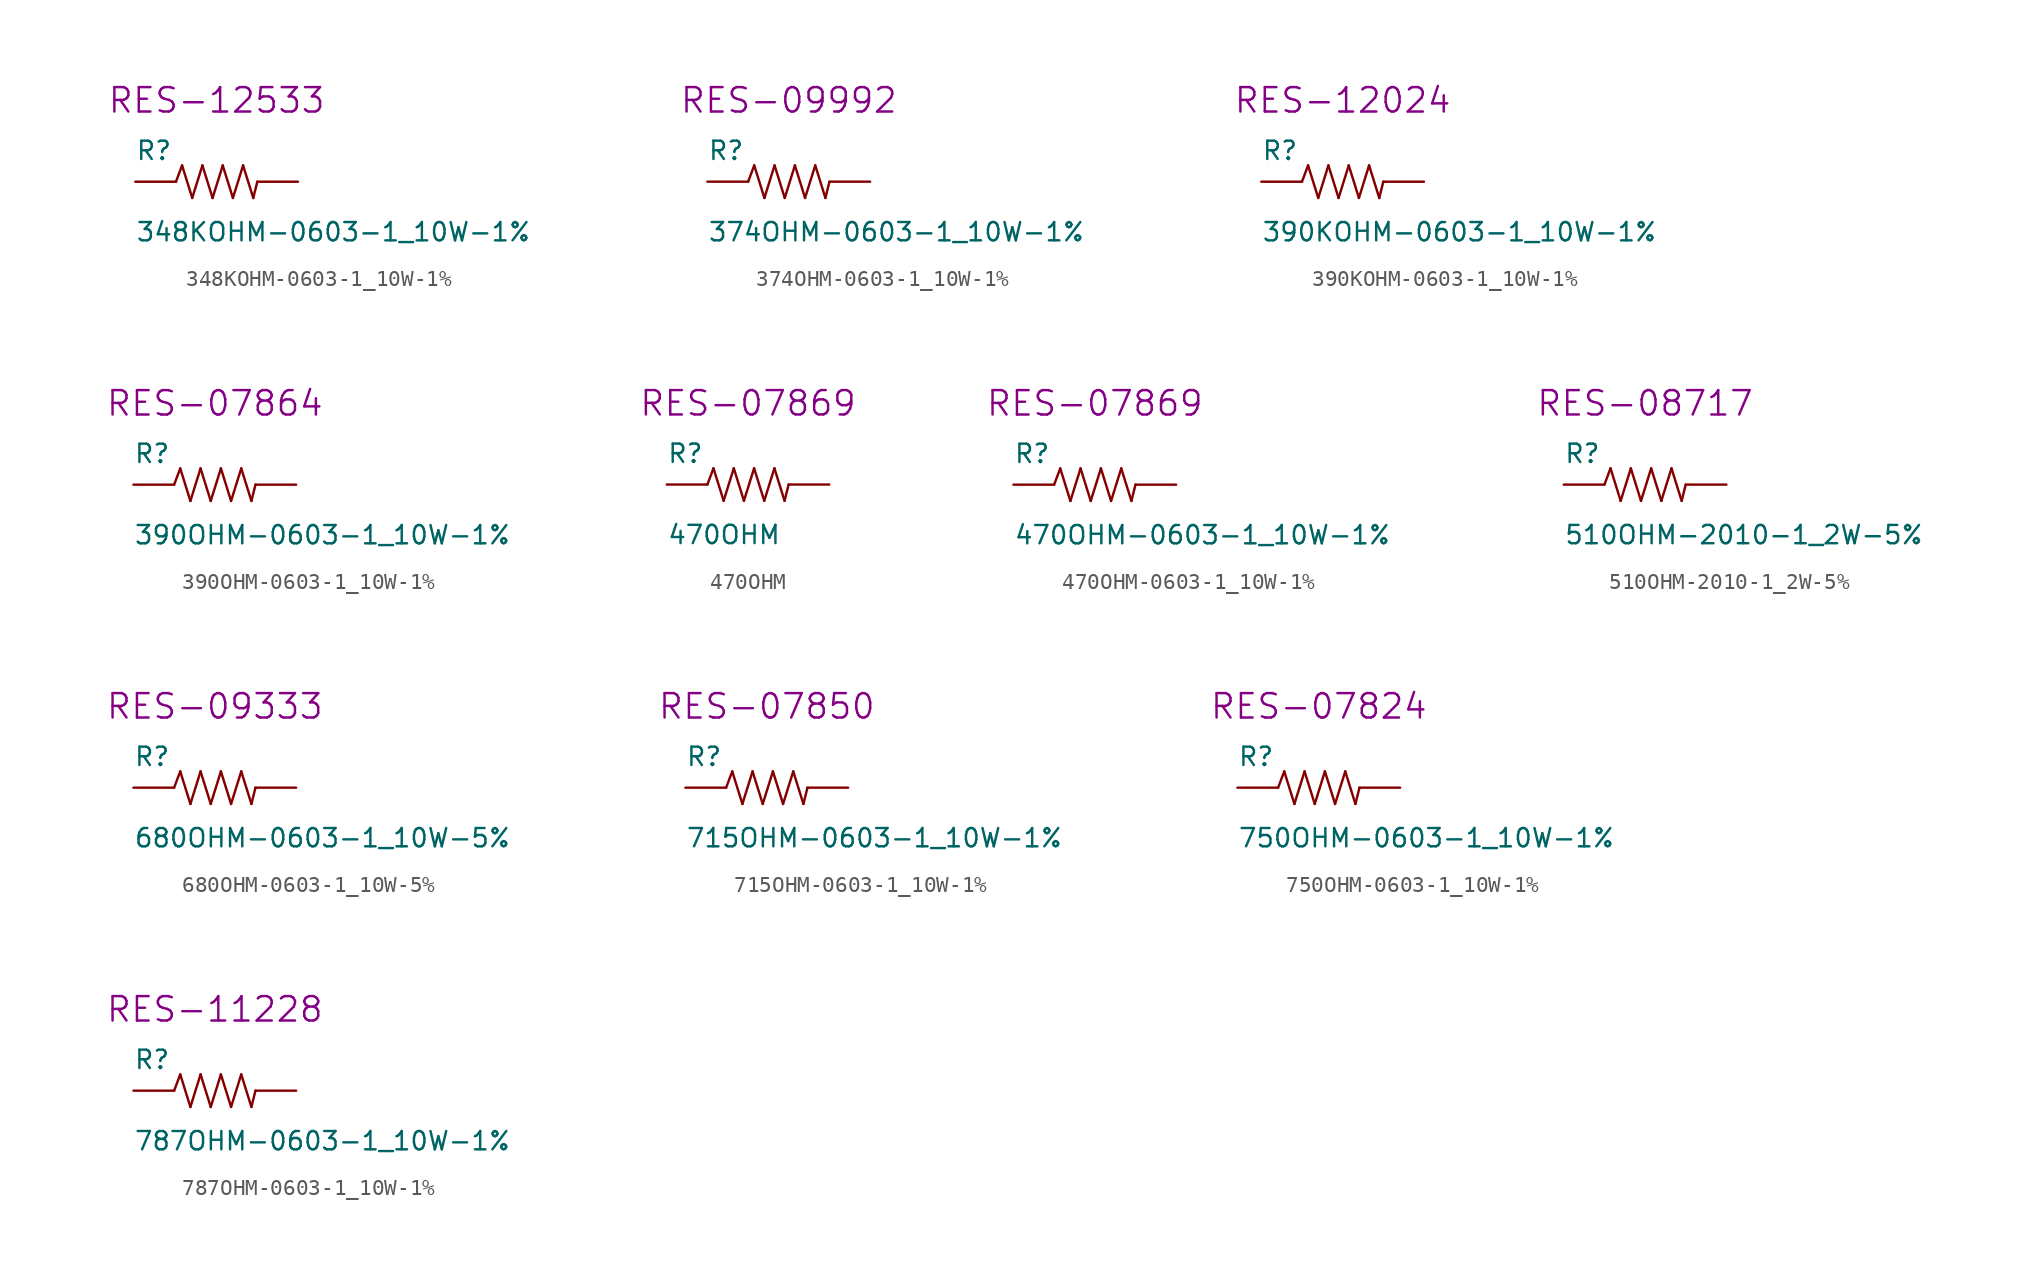
<source format=kicad_sym>
(kicad_symbol_lib
  (version 20220914)
  (generator kicad_symbol_editor)
  (symbol "348KOHM-0603-1_10W-1%"
    (pin_numbers hide)
    (pin_names
      (offset 1.016) hide)
    (property "Reference" "R"
      (at -5.08 1.27 0)
      (effects (font (size 1.143 1.143)) (justify left bottom)))
    (property "Value" "348KOHM-0603-1_10W-1%"
      (at -5.08 -3.81 0)
      (effects (font (size 1.143 1.143)) (justify left bottom)))
    (property "Field4" "RES-12533"
      (at 0 5.08 0)
      (effects (font (size 1.524 1.524))))
    (property "ki_locked" ""
      (at 0 0 0)
      (effects (font (size 1.27 1.27))))
    (symbol "348KOHM-0603-1_10W-1%_1_0"
      (polyline (pts (xy -2.54 0) (xy -2.159 1.016)) (stroke (width 0) (type solid)) (fill (type none)))
      (polyline (pts (xy -2.159 1.016) (xy -1.524 -1.016)) (stroke (width 0) (type solid)) (fill (type none)))
      (polyline (pts (xy -1.524 -1.016) (xy -0.889 1.016)) (stroke (width 0) (type solid)) (fill (type none)))
      (polyline (pts (xy -0.889 1.016) (xy -0.254 -1.016)) (stroke (width 0) (type solid)) (fill (type none)))
      (polyline (pts (xy -0.254 -1.016) (xy 0.381 1.016)) (stroke (width 0) (type solid)) (fill (type none)))
      (polyline (pts (xy 0.381 1.016) (xy 1.016 -1.016)) (stroke (width 0) (type solid)) (fill (type none)))
      (polyline (pts (xy 1.016 -1.016) (xy 1.651 1.016)) (stroke (width 0) (type solid)) (fill (type none)))
      (polyline (pts (xy 1.651 1.016) (xy 2.286 -1.016)) (stroke (width 0) (type solid)) (fill (type none)))
      (polyline (pts (xy 2.286 -1.016) (xy 2.54 0)) (stroke (width 0) (type solid)) (fill (type none))))
    (symbol "348KOHM-0603-1_10W-1%_1_1"
      (pin passive line (at -5.08 0 0) (length 2.54) (name "1" (effects (font (size 1.016 1.016)))) (number "1" (effects (font (size 1.016 1.016)))))
      (pin passive line (at 5.08 0 180) (length 2.54) (name "2" (effects (font (size 1.016 1.016)))) (number "2" (effects (font (size 1.016 1.016)))))))
  (symbol "374OHM-0603-1_10W-1%"
    (pin_numbers hide)
    (pin_names
      (offset 1.016) hide)
    (property "Reference" "R"
      (at -5.08 1.27 0)
      (effects (font (size 1.143 1.143)) (justify left bottom)))
    (property "Value" "374OHM-0603-1_10W-1%"
      (at -5.08 -3.81 0)
      (effects (font (size 1.143 1.143)) (justify left bottom)))
    (property "Field4" "RES-09992"
      (at 0 5.08 0)
      (effects (font (size 1.524 1.524))))
    (property "ki_locked" ""
      (at 0 0 0)
      (effects (font (size 1.27 1.27))))
    (symbol "374OHM-0603-1_10W-1%_1_0"
      (polyline (pts (xy -2.54 0) (xy -2.159 1.016)) (stroke (width 0) (type solid)) (fill (type none)))
      (polyline (pts (xy -2.159 1.016) (xy -1.524 -1.016)) (stroke (width 0) (type solid)) (fill (type none)))
      (polyline (pts (xy -1.524 -1.016) (xy -0.889 1.016)) (stroke (width 0) (type solid)) (fill (type none)))
      (polyline (pts (xy -0.889 1.016) (xy -0.254 -1.016)) (stroke (width 0) (type solid)) (fill (type none)))
      (polyline (pts (xy -0.254 -1.016) (xy 0.381 1.016)) (stroke (width 0) (type solid)) (fill (type none)))
      (polyline (pts (xy 0.381 1.016) (xy 1.016 -1.016)) (stroke (width 0) (type solid)) (fill (type none)))
      (polyline (pts (xy 1.016 -1.016) (xy 1.651 1.016)) (stroke (width 0) (type solid)) (fill (type none)))
      (polyline (pts (xy 1.651 1.016) (xy 2.286 -1.016)) (stroke (width 0) (type solid)) (fill (type none)))
      (polyline (pts (xy 2.286 -1.016) (xy 2.54 0)) (stroke (width 0) (type solid)) (fill (type none))))
    (symbol "374OHM-0603-1_10W-1%_1_1"
      (pin passive line (at -5.08 0 0) (length 2.54) (name "1" (effects (font (size 1.016 1.016)))) (number "1" (effects (font (size 1.016 1.016)))))
      (pin passive line (at 5.08 0 180) (length 2.54) (name "2" (effects (font (size 1.016 1.016)))) (number "2" (effects (font (size 1.016 1.016)))))))
  (symbol "390KOHM-0603-1_10W-1%"
    (pin_numbers hide)
    (pin_names
      (offset 1.016) hide)
    (property "Reference" "R"
      (at -5.08 1.27 0)
      (effects (font (size 1.143 1.143)) (justify left bottom)))
    (property "Value" "390KOHM-0603-1_10W-1%"
      (at -5.08 -3.81 0)
      (effects (font (size 1.143 1.143)) (justify left bottom)))
    (property "Field4" "RES-12024"
      (at 0 5.08 0)
      (effects (font (size 1.524 1.524))))
    (property "ki_locked" ""
      (at 0 0 0)
      (effects (font (size 1.27 1.27))))
    (symbol "390KOHM-0603-1_10W-1%_1_0"
      (polyline (pts (xy -2.54 0) (xy -2.159 1.016)) (stroke (width 0) (type solid)) (fill (type none)))
      (polyline (pts (xy -2.159 1.016) (xy -1.524 -1.016)) (stroke (width 0) (type solid)) (fill (type none)))
      (polyline (pts (xy -1.524 -1.016) (xy -0.889 1.016)) (stroke (width 0) (type solid)) (fill (type none)))
      (polyline (pts (xy -0.889 1.016) (xy -0.254 -1.016)) (stroke (width 0) (type solid)) (fill (type none)))
      (polyline (pts (xy -0.254 -1.016) (xy 0.381 1.016)) (stroke (width 0) (type solid)) (fill (type none)))
      (polyline (pts (xy 0.381 1.016) (xy 1.016 -1.016)) (stroke (width 0) (type solid)) (fill (type none)))
      (polyline (pts (xy 1.016 -1.016) (xy 1.651 1.016)) (stroke (width 0) (type solid)) (fill (type none)))
      (polyline (pts (xy 1.651 1.016) (xy 2.286 -1.016)) (stroke (width 0) (type solid)) (fill (type none)))
      (polyline (pts (xy 2.286 -1.016) (xy 2.54 0)) (stroke (width 0) (type solid)) (fill (type none))))
    (symbol "390KOHM-0603-1_10W-1%_1_1"
      (pin passive line (at -5.08 0 0) (length 2.54) (name "1" (effects (font (size 1.016 1.016)))) (number "1" (effects (font (size 1.016 1.016)))))
      (pin passive line (at 5.08 0 180) (length 2.54) (name "2" (effects (font (size 1.016 1.016)))) (number "2" (effects (font (size 1.016 1.016)))))))
  (symbol "390OHM-0603-1_10W-1%"
    (pin_numbers hide)
    (pin_names
      (offset 1.016) hide)
    (property "Reference" "R"
      (at -5.08 1.27 0)
      (effects (font (size 1.143 1.143)) (justify left bottom)))
    (property "Value" "390OHM-0603-1_10W-1%"
      (at -5.08 -3.81 0)
      (effects (font (size 1.143 1.143)) (justify left bottom)))
    (property "Field4" "RES-07864"
      (at 0 5.08 0)
      (effects (font (size 1.524 1.524))))
    (property "ki_locked" ""
      (at 0 0 0)
      (effects (font (size 1.27 1.27))))
    (symbol "390OHM-0603-1_10W-1%_1_0"
      (polyline (pts (xy -2.54 0) (xy -2.159 1.016)) (stroke (width 0) (type solid)) (fill (type none)))
      (polyline (pts (xy -2.159 1.016) (xy -1.524 -1.016)) (stroke (width 0) (type solid)) (fill (type none)))
      (polyline (pts (xy -1.524 -1.016) (xy -0.889 1.016)) (stroke (width 0) (type solid)) (fill (type none)))
      (polyline (pts (xy -0.889 1.016) (xy -0.254 -1.016)) (stroke (width 0) (type solid)) (fill (type none)))
      (polyline (pts (xy -0.254 -1.016) (xy 0.381 1.016)) (stroke (width 0) (type solid)) (fill (type none)))
      (polyline (pts (xy 0.381 1.016) (xy 1.016 -1.016)) (stroke (width 0) (type solid)) (fill (type none)))
      (polyline (pts (xy 1.016 -1.016) (xy 1.651 1.016)) (stroke (width 0) (type solid)) (fill (type none)))
      (polyline (pts (xy 1.651 1.016) (xy 2.286 -1.016)) (stroke (width 0) (type solid)) (fill (type none)))
      (polyline (pts (xy 2.286 -1.016) (xy 2.54 0)) (stroke (width 0) (type solid)) (fill (type none))))
    (symbol "390OHM-0603-1_10W-1%_1_1"
      (pin passive line (at -5.08 0 0) (length 2.54) (name "1" (effects (font (size 1.016 1.016)))) (number "1" (effects (font (size 1.016 1.016)))))
      (pin passive line (at 5.08 0 180) (length 2.54) (name "2" (effects (font (size 1.016 1.016)))) (number "2" (effects (font (size 1.016 1.016)))))))
  (symbol "470OHM"
    (pin_numbers hide)
    (pin_names
      (offset 1.016) hide)
    (property "Reference" "R"
      (at -5.08 1.27 0)
      (effects (font (size 1.143 1.143)) (justify left bottom)))
    (property "Value" "470OHM"
      (at -5.08 -3.81 0)
      (effects (font (size 1.143 1.143)) (justify left bottom)))
    (property "Field4" "RES-07869"
      (at 0 5.08 0)
      (effects (font (size 1.524 1.524))))
    (property "ki_locked" ""
      (at 0 0 0)
      (effects (font (size 1.27 1.27))))
    (symbol "470OHM_1_0"
      (polyline (pts (xy -2.54 0) (xy -2.159 1.016)) (stroke (width 0) (type solid)) (fill (type none)))
      (polyline (pts (xy -2.159 1.016) (xy -1.524 -1.016)) (stroke (width 0) (type solid)) (fill (type none)))
      (polyline (pts (xy -1.524 -1.016) (xy -0.889 1.016)) (stroke (width 0) (type solid)) (fill (type none)))
      (polyline (pts (xy -0.889 1.016) (xy -0.254 -1.016)) (stroke (width 0) (type solid)) (fill (type none)))
      (polyline (pts (xy -0.254 -1.016) (xy 0.381 1.016)) (stroke (width 0) (type solid)) (fill (type none)))
      (polyline (pts (xy 0.381 1.016) (xy 1.016 -1.016)) (stroke (width 0) (type solid)) (fill (type none)))
      (polyline (pts (xy 1.016 -1.016) (xy 1.651 1.016)) (stroke (width 0) (type solid)) (fill (type none)))
      (polyline (pts (xy 1.651 1.016) (xy 2.286 -1.016)) (stroke (width 0) (type solid)) (fill (type none)))
      (polyline (pts (xy 2.286 -1.016) (xy 2.54 0)) (stroke (width 0) (type solid)) (fill (type none))))
    (symbol "470OHM_1_1"
      (pin passive line (at -5.08 0 0) (length 2.54) (name "1" (effects (font (size 1.016 1.016)))) (number "1" (effects (font (size 1.016 1.016)))))
      (pin passive line (at 5.08 0 180) (length 2.54) (name "2" (effects (font (size 1.016 1.016)))) (number "2" (effects (font (size 1.016 1.016)))))))
  (symbol "470OHM-0603-1_10W-1%"
    (pin_numbers hide)
    (pin_names
      (offset 1.016) hide)
    (property "Reference" "R"
      (at -5.08 1.27 0)
      (effects (font (size 1.143 1.143)) (justify left bottom)))
    (property "Value" "470OHM-0603-1_10W-1%"
      (at -5.08 -3.81 0)
      (effects (font (size 1.143 1.143)) (justify left bottom)))
    (property "Field4" "RES-07869"
      (at 0 5.08 0)
      (effects (font (size 1.524 1.524))))
    (property "ki_locked" ""
      (at 0 0 0)
      (effects (font (size 1.27 1.27))))
    (symbol "470OHM-0603-1_10W-1%_1_0"
      (polyline (pts (xy -2.54 0) (xy -2.159 1.016)) (stroke (width 0) (type solid)) (fill (type none)))
      (polyline (pts (xy -2.159 1.016) (xy -1.524 -1.016)) (stroke (width 0) (type solid)) (fill (type none)))
      (polyline (pts (xy -1.524 -1.016) (xy -0.889 1.016)) (stroke (width 0) (type solid)) (fill (type none)))
      (polyline (pts (xy -0.889 1.016) (xy -0.254 -1.016)) (stroke (width 0) (type solid)) (fill (type none)))
      (polyline (pts (xy -0.254 -1.016) (xy 0.381 1.016)) (stroke (width 0) (type solid)) (fill (type none)))
      (polyline (pts (xy 0.381 1.016) (xy 1.016 -1.016)) (stroke (width 0) (type solid)) (fill (type none)))
      (polyline (pts (xy 1.016 -1.016) (xy 1.651 1.016)) (stroke (width 0) (type solid)) (fill (type none)))
      (polyline (pts (xy 1.651 1.016) (xy 2.286 -1.016)) (stroke (width 0) (type solid)) (fill (type none)))
      (polyline (pts (xy 2.286 -1.016) (xy 2.54 0)) (stroke (width 0) (type solid)) (fill (type none))))
    (symbol "470OHM-0603-1_10W-1%_1_1"
      (pin passive line (at -5.08 0 0) (length 2.54) (name "1" (effects (font (size 1.016 1.016)))) (number "1" (effects (font (size 1.016 1.016)))))
      (pin passive line (at 5.08 0 180) (length 2.54) (name "2" (effects (font (size 1.016 1.016)))) (number "2" (effects (font (size 1.016 1.016)))))))
  (symbol "510OHM-2010-1_2W-5%"
    (pin_numbers hide)
    (pin_names
      (offset 1.016) hide)
    (property "Reference" "R"
      (at -5.08 1.27 0)
      (effects (font (size 1.143 1.143)) (justify left bottom)))
    (property "Value" "510OHM-2010-1_2W-5%"
      (at -5.08 -3.81 0)
      (effects (font (size 1.143 1.143)) (justify left bottom)))
    (property "Field4" "RES-08717"
      (at 0 5.08 0)
      (effects (font (size 1.524 1.524))))
    (property "ki_locked" ""
      (at 0 0 0)
      (effects (font (size 1.27 1.27))))
    (symbol "510OHM-2010-1_2W-5%_1_0"
      (polyline (pts (xy -2.54 0) (xy -2.159 1.016)) (stroke (width 0) (type solid)) (fill (type none)))
      (polyline (pts (xy -2.159 1.016) (xy -1.524 -1.016)) (stroke (width 0) (type solid)) (fill (type none)))
      (polyline (pts (xy -1.524 -1.016) (xy -0.889 1.016)) (stroke (width 0) (type solid)) (fill (type none)))
      (polyline (pts (xy -0.889 1.016) (xy -0.254 -1.016)) (stroke (width 0) (type solid)) (fill (type none)))
      (polyline (pts (xy -0.254 -1.016) (xy 0.381 1.016)) (stroke (width 0) (type solid)) (fill (type none)))
      (polyline (pts (xy 0.381 1.016) (xy 1.016 -1.016)) (stroke (width 0) (type solid)) (fill (type none)))
      (polyline (pts (xy 1.016 -1.016) (xy 1.651 1.016)) (stroke (width 0) (type solid)) (fill (type none)))
      (polyline (pts (xy 1.651 1.016) (xy 2.286 -1.016)) (stroke (width 0) (type solid)) (fill (type none)))
      (polyline (pts (xy 2.286 -1.016) (xy 2.54 0)) (stroke (width 0) (type solid)) (fill (type none))))
    (symbol "510OHM-2010-1_2W-5%_1_1"
      (pin passive line (at -5.08 0 0) (length 2.54) (name "1" (effects (font (size 1.016 1.016)))) (number "1" (effects (font (size 1.016 1.016)))))
      (pin passive line (at 5.08 0 180) (length 2.54) (name "2" (effects (font (size 1.016 1.016)))) (number "2" (effects (font (size 1.016 1.016)))))))
  (symbol "680OHM-0603-1_10W-5%"
    (pin_numbers hide)
    (pin_names
      (offset 1.016) hide)
    (property "Reference" "R"
      (at -5.08 1.27 0)
      (effects (font (size 1.143 1.143)) (justify left bottom)))
    (property "Value" "680OHM-0603-1_10W-5%"
      (at -5.08 -3.81 0)
      (effects (font (size 1.143 1.143)) (justify left bottom)))
    (property "Field4" "RES-09333"
      (at 0 5.08 0)
      (effects (font (size 1.524 1.524))))
    (property "ki_locked" ""
      (at 0 0 0)
      (effects (font (size 1.27 1.27))))
    (symbol "680OHM-0603-1_10W-5%_1_0"
      (polyline (pts (xy -2.54 0) (xy -2.159 1.016)) (stroke (width 0) (type solid)) (fill (type none)))
      (polyline (pts (xy -2.159 1.016) (xy -1.524 -1.016)) (stroke (width 0) (type solid)) (fill (type none)))
      (polyline (pts (xy -1.524 -1.016) (xy -0.889 1.016)) (stroke (width 0) (type solid)) (fill (type none)))
      (polyline (pts (xy -0.889 1.016) (xy -0.254 -1.016)) (stroke (width 0) (type solid)) (fill (type none)))
      (polyline (pts (xy -0.254 -1.016) (xy 0.381 1.016)) (stroke (width 0) (type solid)) (fill (type none)))
      (polyline (pts (xy 0.381 1.016) (xy 1.016 -1.016)) (stroke (width 0) (type solid)) (fill (type none)))
      (polyline (pts (xy 1.016 -1.016) (xy 1.651 1.016)) (stroke (width 0) (type solid)) (fill (type none)))
      (polyline (pts (xy 1.651 1.016) (xy 2.286 -1.016)) (stroke (width 0) (type solid)) (fill (type none)))
      (polyline (pts (xy 2.286 -1.016) (xy 2.54 0)) (stroke (width 0) (type solid)) (fill (type none))))
    (symbol "680OHM-0603-1_10W-5%_1_1"
      (pin passive line (at -5.08 0 0) (length 2.54) (name "1" (effects (font (size 1.016 1.016)))) (number "1" (effects (font (size 1.016 1.016)))))
      (pin passive line (at 5.08 0 180) (length 2.54) (name "2" (effects (font (size 1.016 1.016)))) (number "2" (effects (font (size 1.016 1.016)))))))
  (symbol "715OHM-0603-1_10W-1%"
    (pin_numbers hide)
    (pin_names
      (offset 1.016) hide)
    (property "Reference" "R"
      (at -5.08 1.27 0)
      (effects (font (size 1.143 1.143)) (justify left bottom)))
    (property "Value" "715OHM-0603-1_10W-1%"
      (at -5.08 -3.81 0)
      (effects (font (size 1.143 1.143)) (justify left bottom)))
    (property "Field4" "RES-07850"
      (at 0 5.08 0)
      (effects (font (size 1.524 1.524))))
    (property "ki_locked" ""
      (at 0 0 0)
      (effects (font (size 1.27 1.27))))
    (symbol "715OHM-0603-1_10W-1%_1_0"
      (polyline (pts (xy -2.54 0) (xy -2.159 1.016)) (stroke (width 0) (type solid)) (fill (type none)))
      (polyline (pts (xy -2.159 1.016) (xy -1.524 -1.016)) (stroke (width 0) (type solid)) (fill (type none)))
      (polyline (pts (xy -1.524 -1.016) (xy -0.889 1.016)) (stroke (width 0) (type solid)) (fill (type none)))
      (polyline (pts (xy -0.889 1.016) (xy -0.254 -1.016)) (stroke (width 0) (type solid)) (fill (type none)))
      (polyline (pts (xy -0.254 -1.016) (xy 0.381 1.016)) (stroke (width 0) (type solid)) (fill (type none)))
      (polyline (pts (xy 0.381 1.016) (xy 1.016 -1.016)) (stroke (width 0) (type solid)) (fill (type none)))
      (polyline (pts (xy 1.016 -1.016) (xy 1.651 1.016)) (stroke (width 0) (type solid)) (fill (type none)))
      (polyline (pts (xy 1.651 1.016) (xy 2.286 -1.016)) (stroke (width 0) (type solid)) (fill (type none)))
      (polyline (pts (xy 2.286 -1.016) (xy 2.54 0)) (stroke (width 0) (type solid)) (fill (type none))))
    (symbol "715OHM-0603-1_10W-1%_1_1"
      (pin passive line (at -5.08 0 0) (length 2.54) (name "1" (effects (font (size 1.016 1.016)))) (number "1" (effects (font (size 1.016 1.016)))))
      (pin passive line (at 5.08 0 180) (length 2.54) (name "2" (effects (font (size 1.016 1.016)))) (number "2" (effects (font (size 1.016 1.016)))))))
  (symbol "750OHM-0603-1_10W-1%"
    (pin_numbers hide)
    (pin_names
      (offset 1.016) hide)
    (property "Reference" "R"
      (at -5.08 1.27 0)
      (effects (font (size 1.143 1.143)) (justify left bottom)))
    (property "Value" "750OHM-0603-1_10W-1%"
      (at -5.08 -3.81 0)
      (effects (font (size 1.143 1.143)) (justify left bottom)))
    (property "Field4" "RES-07824"
      (at 0 5.08 0)
      (effects (font (size 1.524 1.524))))
    (property "ki_locked" ""
      (at 0 0 0)
      (effects (font (size 1.27 1.27))))
    (symbol "750OHM-0603-1_10W-1%_1_0"
      (polyline (pts (xy -2.54 0) (xy -2.159 1.016)) (stroke (width 0) (type solid)) (fill (type none)))
      (polyline (pts (xy -2.159 1.016) (xy -1.524 -1.016)) (stroke (width 0) (type solid)) (fill (type none)))
      (polyline (pts (xy -1.524 -1.016) (xy -0.889 1.016)) (stroke (width 0) (type solid)) (fill (type none)))
      (polyline (pts (xy -0.889 1.016) (xy -0.254 -1.016)) (stroke (width 0) (type solid)) (fill (type none)))
      (polyline (pts (xy -0.254 -1.016) (xy 0.381 1.016)) (stroke (width 0) (type solid)) (fill (type none)))
      (polyline (pts (xy 0.381 1.016) (xy 1.016 -1.016)) (stroke (width 0) (type solid)) (fill (type none)))
      (polyline (pts (xy 1.016 -1.016) (xy 1.651 1.016)) (stroke (width 0) (type solid)) (fill (type none)))
      (polyline (pts (xy 1.651 1.016) (xy 2.286 -1.016)) (stroke (width 0) (type solid)) (fill (type none)))
      (polyline (pts (xy 2.286 -1.016) (xy 2.54 0)) (stroke (width 0) (type solid)) (fill (type none))))
    (symbol "750OHM-0603-1_10W-1%_1_1"
      (pin passive line (at -5.08 0 0) (length 2.54) (name "1" (effects (font (size 1.016 1.016)))) (number "1" (effects (font (size 1.016 1.016)))))
      (pin passive line (at 5.08 0 180) (length 2.54) (name "2" (effects (font (size 1.016 1.016)))) (number "2" (effects (font (size 1.016 1.016)))))))
  (symbol "787OHM-0603-1_10W-1%"
    (pin_numbers hide)
    (pin_names
      (offset 1.016) hide)
    (property "Reference" "R"
      (at -5.08 1.27 0)
      (effects (font (size 1.143 1.143)) (justify left bottom)))
    (property "Value" "787OHM-0603-1_10W-1%"
      (at -5.08 -3.81 0)
      (effects (font (size 1.143 1.143)) (justify left bottom)))
    (property "Field4" "RES-11228"
      (at 0 5.08 0)
      (effects (font (size 1.524 1.524))))
    (property "ki_locked" ""
      (at 0 0 0)
      (effects (font (size 1.27 1.27))))
    (symbol "787OHM-0603-1_10W-1%_1_0"
      (polyline (pts (xy -2.54 0) (xy -2.159 1.016)) (stroke (width 0) (type solid)) (fill (type none)))
      (polyline (pts (xy -2.159 1.016) (xy -1.524 -1.016)) (stroke (width 0) (type solid)) (fill (type none)))
      (polyline (pts (xy -1.524 -1.016) (xy -0.889 1.016)) (stroke (width 0) (type solid)) (fill (type none)))
      (polyline (pts (xy -0.889 1.016) (xy -0.254 -1.016)) (stroke (width 0) (type solid)) (fill (type none)))
      (polyline (pts (xy -0.254 -1.016) (xy 0.381 1.016)) (stroke (width 0) (type solid)) (fill (type none)))
      (polyline (pts (xy 0.381 1.016) (xy 1.016 -1.016)) (stroke (width 0) (type solid)) (fill (type none)))
      (polyline (pts (xy 1.016 -1.016) (xy 1.651 1.016)) (stroke (width 0) (type solid)) (fill (type none)))
      (polyline (pts (xy 1.651 1.016) (xy 2.286 -1.016)) (stroke (width 0) (type solid)) (fill (type none)))
      (polyline (pts (xy 2.286 -1.016) (xy 2.54 0)) (stroke (width 0) (type solid)) (fill (type none))))
    (symbol "787OHM-0603-1_10W-1%_1_1"
      (pin passive line (at -5.08 0 0) (length 2.54) (name "1" (effects (font (size 1.016 1.016)))) (number "1" (effects (font (size 1.016 1.016)))))
      (pin passive line (at 5.08 0 180) (length 2.54) (name "2" (effects (font (size 1.016 1.016)))) (number "2" (effects (font (size 1.016 1.016))))))))
</source>
